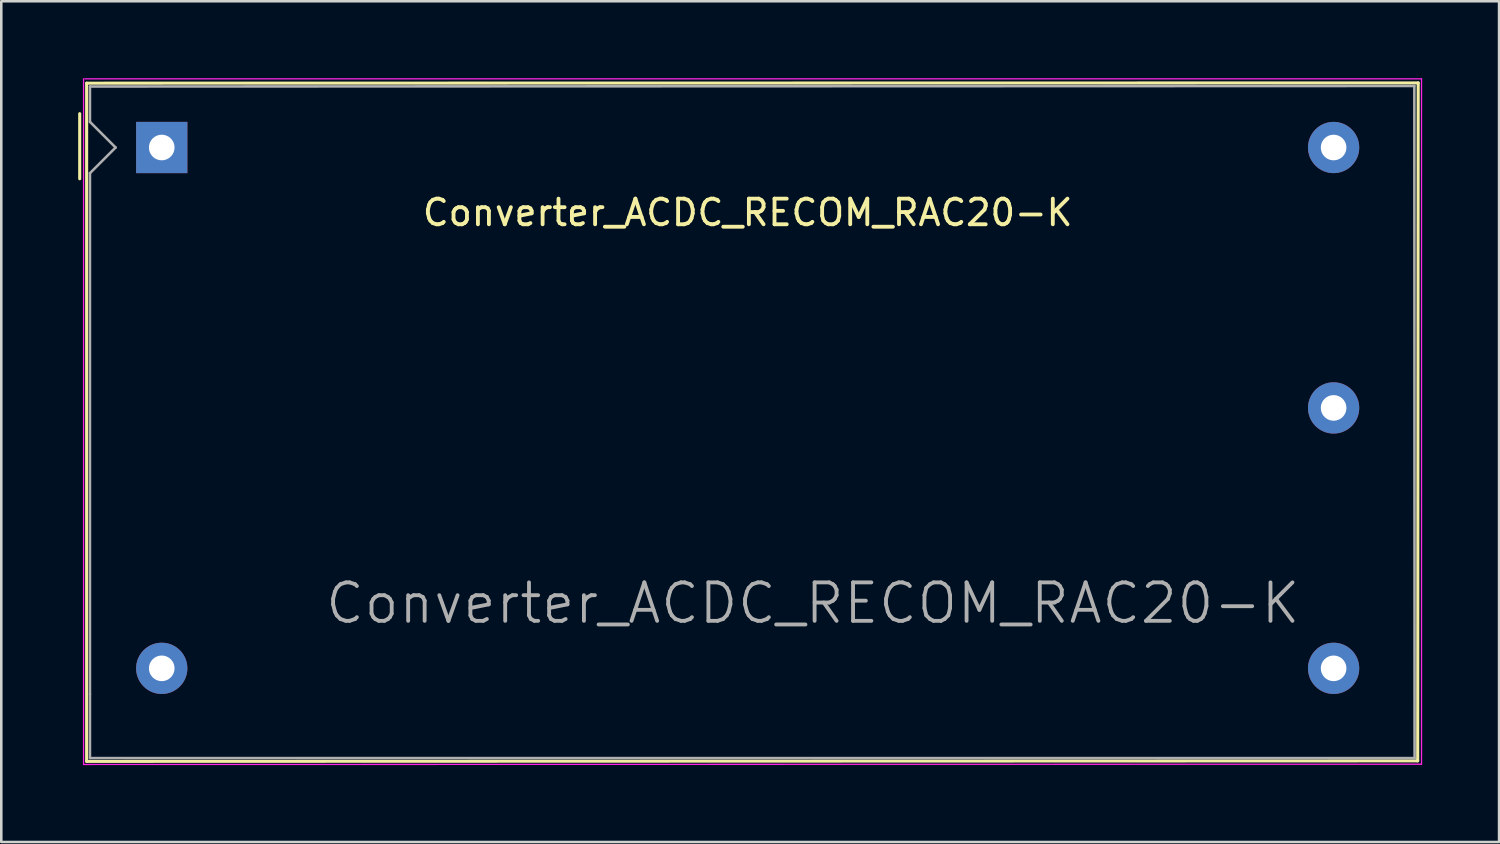
<source format=kicad_pcb>
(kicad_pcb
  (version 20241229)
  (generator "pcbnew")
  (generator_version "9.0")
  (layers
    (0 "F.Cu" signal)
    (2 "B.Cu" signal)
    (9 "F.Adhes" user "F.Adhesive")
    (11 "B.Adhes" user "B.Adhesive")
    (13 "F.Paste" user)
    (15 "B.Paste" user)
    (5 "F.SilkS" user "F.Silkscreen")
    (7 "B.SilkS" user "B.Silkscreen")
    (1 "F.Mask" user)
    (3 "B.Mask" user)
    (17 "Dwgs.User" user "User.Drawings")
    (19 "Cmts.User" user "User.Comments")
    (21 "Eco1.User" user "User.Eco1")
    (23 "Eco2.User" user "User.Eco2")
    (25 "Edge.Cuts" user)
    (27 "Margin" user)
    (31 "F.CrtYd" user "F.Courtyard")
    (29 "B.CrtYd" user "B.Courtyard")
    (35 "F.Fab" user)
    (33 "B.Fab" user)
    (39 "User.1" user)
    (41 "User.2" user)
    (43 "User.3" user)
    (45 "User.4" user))
  (footprint "Converter_ACDC_RECOM_RAC20-K"
    (layer "F.Cu")
    (at 3.26 23.025)
    (property "Reference" "Converter_ACDC_RECOM_RAC20-K" (at 22.86 -17.78 180) (layer "F.SilkS") (effects (font (size 1 1) (thickness 0.15))))
    (attr through_hole)
    (fp_line (start -3.2 -21.64) (end -3.2 -19.1) (stroke (width 0.12) (type solid)) (layer "F.SilkS"))
    (fp_line (start -2.93 -22.83) (end 49.02 -22.84) (stroke (width 0.12) (type solid)) (layer "F.SilkS"))
    (fp_line (start -2.93 3.63) (end -2.93 -22.83) (stroke (width 0.12) (type solid)) (layer "F.SilkS"))
    (fp_line (start 49 3.61) (end -2.93 3.63) (stroke (width 0.12) (type solid)) (layer "F.SilkS"))
    (fp_line (start 49 3.61) (end 49.02 -22.84) (stroke (width 0.12) (type solid)) (layer "F.SilkS"))
    (fp_line (start -3.05 3.75) (end -3.05 -23) (stroke (width 0.05) (type solid)) (layer "F.CrtYd"))
    (fp_line (start -3 -23) (end 49.15 -23) (stroke (width 0.05) (type solid)) (layer "F.CrtYd"))
    (fp_line (start 49.14 3.74) (end -3.05 3.75) (stroke (width 0.05) (type solid)) (layer "F.CrtYd"))
    (fp_line (start 49.15 -23) (end 49.15 3.75) (stroke (width 0.05) (type solid)) (layer "F.CrtYd"))
    (fp_line (start -2.8 -22.7) (end 48.87 -22.72) (stroke (width 0.1) (type solid)) (layer "F.Fab"))
    (fp_line (start -2.8 -21.32) (end -2.8 -22.7) (stroke (width 0.1) (type solid)) (layer "F.Fab"))
    (fp_line (start -2.8 -21.32) (end -1.8 -20.32) (stroke (width 0.1) (type solid)) (layer "F.Fab"))
    (fp_line (start -2.8 1) (end -2.8 -19.32) (stroke (width 0.1) (type solid)) (layer "F.Fab"))
    (fp_line (start -2.8 1) (end -2.8 3.5) (stroke (width 0.1) (type solid)) (layer "F.Fab"))
    (fp_line (start -1.8 -20.32) (end -2.8 -19.32) (stroke (width 0.1) (type solid)) (layer "F.Fab"))
    (fp_line (start 48.88 3.5) (end -2.8 3.5) (stroke (width 0.1) (type solid)) (layer "F.Fab"))
    (fp_line (start 48.88 3.5) (end 48.87 -22.72) (stroke (width 0.1) (type solid)) (layer "F.Fab"))
    (fp_text user "${REFERENCE}" (at 25.4 -2.54 0) (layer "F.Fab") (effects (font (size 1.5 1.5) (thickness 0.15))))
    (pad "1" thru_hole rect (at 0 -20.32 180) (size 2 2) (drill 1) (layers "*.Cu" "*.Mask"))
    (pad "2" thru_hole circle (at 0 0 180) (size 2 2) (drill 1) (layers "*.Cu" "*.Mask"))
    (pad "3" thru_hole circle (at 45.72 0 180) (size 2 2) (drill 1) (layers "*.Cu" "*.Mask"))
    (pad "4" thru_hole circle (at 45.72 -10.16 180) (size 2 2) (drill 1) (layers "*.Cu" "*.Mask"))
    (pad "5" thru_hole circle (at 45.72 -20.32 180) (size 2 2) (drill 1) (layers "*.Cu" "*.Mask")))
  (gr_rect
    (start -3 -3)
    (end 55.435 29.8)
    (stroke (width 0.1) (type default))
    (fill no)
    (layer "Edge.Cuts")))
</source>
